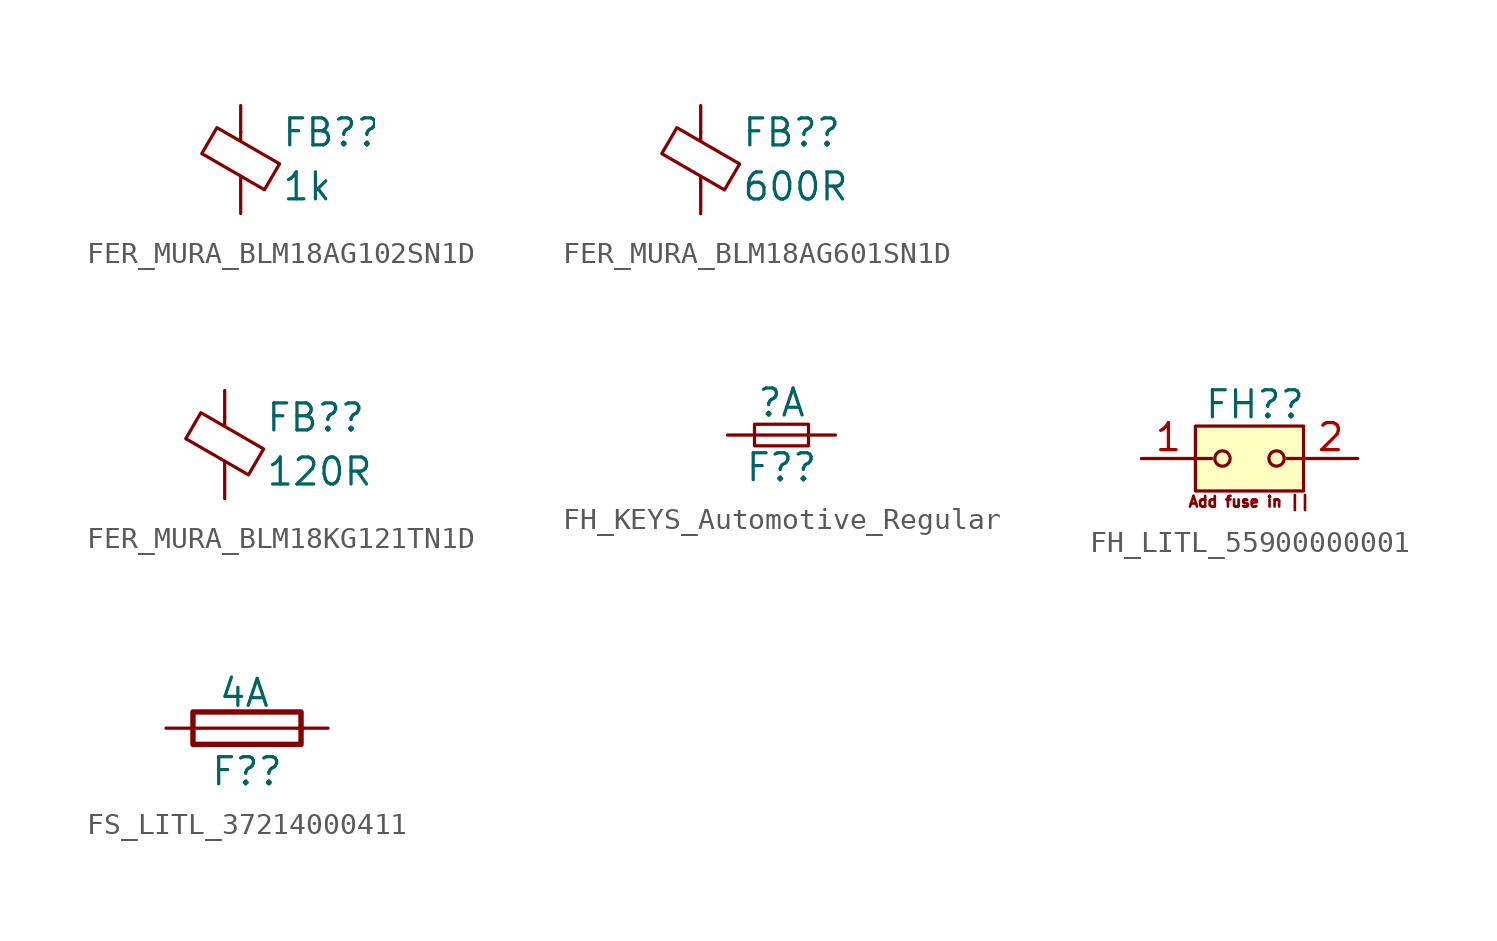
<source format=kicad_sym>
(kicad_symbol_lib
  (version 20231120)
  (generator "kicad_symbol_editor")
  (generator_version "8.0")
  (symbol "FER_MURA_BLM18AG102SN1D"
    (pin_numbers hide)
    (pin_names
      (offset 0))
    (property "Reference" "FB?"
      (at 1.905 1.27 0)
      (effects (font (size 1.27 1.27)) (justify left)))
    (property "Value" "1k"
      (at 1.905 -1.27 0)
      (effects (font (size 1.27 1.27)) (justify left)))
    (symbol "FER_MURA_BLM18AG102SN1D_0_1"
      (polyline (pts (xy 0 -1.27) (xy 0 -0.787)) (stroke (width 0) (type default)) (fill (type none)))
      (polyline (pts (xy 0 0.889) (xy 0 1.295)) (stroke (width 0) (type default)) (fill (type none)))
      (polyline (pts (xy -1.829 0.279) (xy -1.118 1.499) (xy 1.829 -0.203) (xy 1.118 -1.422) (xy -1.829 0.279)) (stroke (width 0) (type default)) (fill (type none))))
    (symbol "FER_MURA_BLM18AG102SN1D_1_1"
      (pin passive line (at 0 2.54 270) (length 1.27) (name "~" (effects (font (size 1.27 1.27)))) (number "1" (effects (font (size 1.27 1.27)))))
      (pin passive line (at 0 -2.54 90) (length 1.27) (name "~" (effects (font (size 1.27 1.27)))) (number "2" (effects (font (size 1.27 1.27)))))))
  (symbol "FER_MURA_BLM18AG601SN1D"
    (pin_numbers hide)
    (pin_names
      (offset 0))
    (property "Reference" "FB?"
      (at 1.905 1.27 0)
      (effects (font (size 1.27 1.27)) (justify left)))
    (property "Value" "600R"
      (at 1.905 -1.27 0)
      (effects (font (size 1.27 1.27)) (justify left)))
    (symbol "FER_MURA_BLM18AG601SN1D_0_1"
      (polyline (pts (xy 0 -1.27) (xy 0 -0.787)) (stroke (width 0) (type default)) (fill (type none)))
      (polyline (pts (xy 0 0.889) (xy 0 1.295)) (stroke (width 0) (type default)) (fill (type none)))
      (polyline (pts (xy -1.829 0.279) (xy -1.118 1.499) (xy 1.829 -0.203) (xy 1.118 -1.422) (xy -1.829 0.279)) (stroke (width 0) (type default)) (fill (type none))))
    (symbol "FER_MURA_BLM18AG601SN1D_1_1"
      (pin passive line (at 0 2.54 270) (length 1.27) (name "~" (effects (font (size 1.27 1.27)))) (number "1" (effects (font (size 1.27 1.27)))))
      (pin passive line (at 0 -2.54 90) (length 1.27) (name "~" (effects (font (size 1.27 1.27)))) (number "2" (effects (font (size 1.27 1.27)))))))
  (symbol "FER_MURA_BLM18KG121TN1D"
    (pin_numbers hide)
    (pin_names
      (offset 0))
    (property "Reference" "FB?"
      (at 1.905 1.27 0)
      (effects (font (size 1.27 1.27)) (justify left)))
    (property "Value" "120R"
      (at 1.905 -1.27 0)
      (effects (font (size 1.27 1.27)) (justify left)))
    (symbol "FER_MURA_BLM18KG121TN1D_0_1"
      (polyline (pts (xy 0 -1.27) (xy 0 -0.787)) (stroke (width 0) (type default)) (fill (type none)))
      (polyline (pts (xy 0 0.889) (xy 0 1.295)) (stroke (width 0) (type default)) (fill (type none)))
      (polyline (pts (xy -1.829 0.279) (xy -1.118 1.499) (xy 1.829 -0.203) (xy 1.118 -1.422) (xy -1.829 0.279)) (stroke (width 0) (type default)) (fill (type none))))
    (symbol "FER_MURA_BLM18KG121TN1D_1_1"
      (pin passive line (at 0 2.54 270) (length 1.27) (name "~" (effects (font (size 1.27 1.27)))) (number "1" (effects (font (size 1.27 1.27)))))
      (pin passive line (at 0 -2.54 90) (length 1.27) (name "~" (effects (font (size 1.27 1.27)))) (number "2" (effects (font (size 1.27 1.27)))))))
  (symbol "FH_KEYS_Automotive_Regular"
    (pin_numbers hide)
    (pin_names
      (offset 0.254) hide)
    (property "Reference" "F?"
      (at 0 -1.524 0)
      (effects (font (size 1.27 1.27))))
    (property "Value" "?A"
      (at 0 1.524 0)
      (effects (font (size 1.27 1.27))))
    (symbol "FH_KEYS_Automotive_Regular_0_1"
      (rectangle (start -1.27 0.508) (end 1.27 -0.508) (stroke (width 0) (type default)) (fill (type none)))
      (polyline (pts (xy -1.27 0) (xy 1.27 0)) (stroke (width 0) (type default)) (fill (type none))))
    (symbol "FH_KEYS_Automotive_Regular_1_1"
      (pin passive line (at -2.54 0 0) (length 1.27) (name "~" (effects (font (size 1.27 1.27)))) (number "1" (effects (font (size 1.27 1.27)))))
      (pin passive line (at 2.54 0 180) (length 1.27) (name "~" (effects (font (size 1.27 1.27)))) (number "2" (effects (font (size 1.27 1.27)))))))
  (symbol "FH_LITL_55900000001"
    (property "Reference" "FH?"
      (at 0.254 2.54 0)
      (effects (font (size 1.27 1.27))))
    (property "Value" ""
      (at 0 2.794 0)
      (effects (font (size 1.27 1.27))))
    (symbol "FH_LITL_55900000001_0_1"
      (rectangle (start -2.54 1.524) (end 2.54 -1.524) (stroke (width 0) (type default)) (fill (type background))))
    (symbol "FH_LITL_55900000001_1_1"
      (circle (center -1.27 0) (radius 0.359) (stroke (width 0) (type default)) (fill (type none)))
      (polyline (pts (xy -1.778 0) (xy -2.54 0)) (stroke (width 0) (type default)) (fill (type none)))
      (polyline (pts (xy 1.778 0) (xy 2.54 0)) (stroke (width 0) (type default)) (fill (type none)))
      (circle (center 1.27 0) (radius 0.359) (stroke (width 0) (type default)) (fill (type none)))
      (text "Add fuse in ||" (at 0 -2.032 0) (effects (font (face "KiCad Font") (size 0.5 0.5))))
      (pin passive line (at -5.08 0 0) (length 2.54) (name "" (effects (font (size 1.27 1.27)))) (number "1" (effects (font (size 1.27 1.27)))))
      (pin passive line (at 5.08 0 180) (length 2.54) (name "" (effects (font (size 1.27 1.27)))) (number "2" (effects (font (size 1.27 1.27)))))))
  (symbol "FS_LITL_37214000411"
    (pin_numbers hide)
    (pin_names
      (offset 0))
    (property "Reference" "F?"
      (at 0 -2.032 0)
      (effects (font (size 1.27 1.27))))
    (property "Value" "4A"
      (at -0.127 1.651 0)
      (effects (font (size 1.27 1.27))))
    (symbol "FS_LITL_37214000411_0_1"
      (rectangle (start -2.54 0.762) (end 2.54 -0.762) (stroke (width 0.254) (type default)) (fill (type none)))
      (polyline (pts (xy 2.54 0) (xy -2.54 0)) (stroke (width 0) (type default)) (fill (type none))))
    (symbol "FS_LITL_37214000411_1_1"
      (pin passive line (at 3.81 0 180) (length 1.27) (name "~" (effects (font (size 1.27 1.27)))) (number "1" (effects (font (size 1.27 1.27)))))
      (pin passive line (at -3.81 0 0) (length 1.27) (name "~" (effects (font (size 1.27 1.27)))) (number "2" (effects (font (size 1.27 1.27))))))))
</source>
